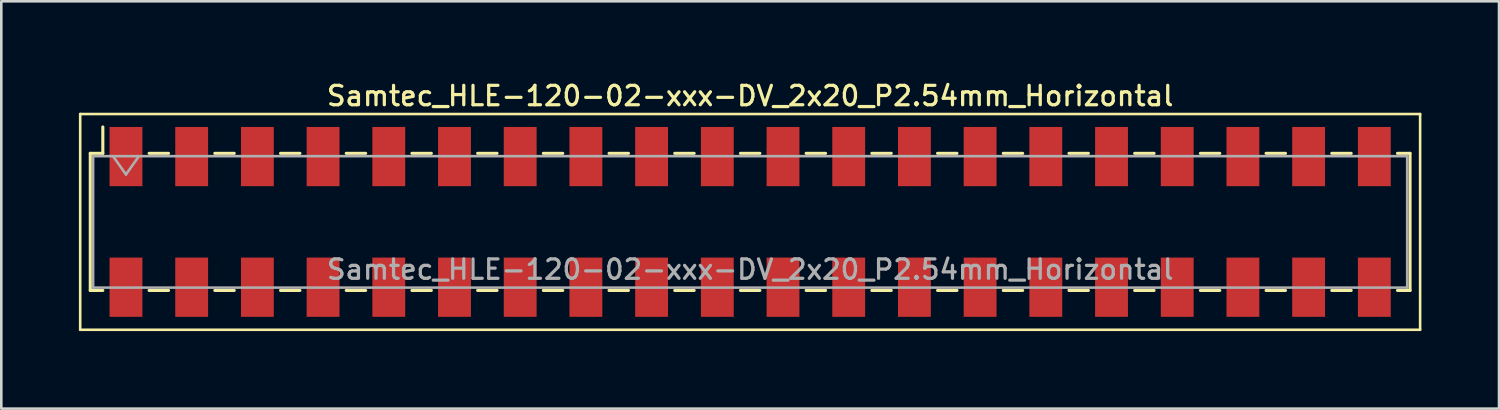
<source format=kicad_pcb>
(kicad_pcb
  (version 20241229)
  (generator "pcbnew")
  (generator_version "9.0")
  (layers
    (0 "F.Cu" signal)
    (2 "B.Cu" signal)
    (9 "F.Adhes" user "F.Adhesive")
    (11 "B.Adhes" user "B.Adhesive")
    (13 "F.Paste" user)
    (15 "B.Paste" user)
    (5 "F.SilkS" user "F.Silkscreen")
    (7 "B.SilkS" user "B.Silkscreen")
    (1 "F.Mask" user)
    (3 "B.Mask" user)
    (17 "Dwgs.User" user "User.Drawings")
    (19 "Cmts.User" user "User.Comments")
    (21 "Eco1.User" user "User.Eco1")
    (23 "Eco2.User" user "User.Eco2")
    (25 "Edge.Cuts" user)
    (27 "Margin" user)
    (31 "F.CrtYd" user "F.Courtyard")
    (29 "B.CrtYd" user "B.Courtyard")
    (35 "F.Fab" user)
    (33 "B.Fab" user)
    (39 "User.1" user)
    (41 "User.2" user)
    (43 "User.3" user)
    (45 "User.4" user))
  (footprint "Samtec_HLE-120-02-xxx-DV_2x20_P2.54mm_Horizontal"
    (layer "F.Cu")
    (at 25.95 5.528)
    (property "Reference" "Samtec_HLE-120-02-xxx-DV_2x20_P2.54mm_Horizontal" (at 0 -4.87 0) (layer "F.SilkS") (effects (font (size 0.75 0.75) (thickness 0.125))))
    (attr smd)
    (fp_line (start -25.9 -4.17) (end 25.9 -4.17) (stroke (width 0.1) (type solid)) (layer "F.SilkS"))
    (fp_line (start -25.9 4.17) (end -25.9 -4.17) (stroke (width 0.1) (type solid)) (layer "F.SilkS"))
    (fp_line (start -25.51 -2.65) (end -25.51 2.65) (stroke (width 0.12) (type solid)) (layer "F.SilkS"))
    (fp_line (start -25.51 2.65) (end -25.025 2.65) (stroke (width 0.12) (type solid)) (layer "F.SilkS"))
    (fp_line (start -25.025 -3.67) (end -25.025 -2.65) (stroke (width 0.12) (type solid)) (layer "F.SilkS"))
    (fp_line (start -25.025 -2.65) (end -25.51 -2.65) (stroke (width 0.12) (type solid)) (layer "F.SilkS"))
    (fp_line (start -23.235 -2.65) (end -22.485 -2.65) (stroke (width 0.12) (type solid)) (layer "F.SilkS"))
    (fp_line (start -23.235 2.65) (end -22.485 2.65) (stroke (width 0.12) (type solid)) (layer "F.SilkS"))
    (fp_line (start -20.695 -2.65) (end -19.945 -2.65) (stroke (width 0.12) (type solid)) (layer "F.SilkS"))
    (fp_line (start -20.695 2.65) (end -19.945 2.65) (stroke (width 0.12) (type solid)) (layer "F.SilkS"))
    (fp_line (start -18.155 -2.65) (end -17.405 -2.65) (stroke (width 0.12) (type solid)) (layer "F.SilkS"))
    (fp_line (start -18.155 2.65) (end -17.405 2.65) (stroke (width 0.12) (type solid)) (layer "F.SilkS"))
    (fp_line (start -15.615 -2.65) (end -14.865 -2.65) (stroke (width 0.12) (type solid)) (layer "F.SilkS"))
    (fp_line (start -15.615 2.65) (end -14.865 2.65) (stroke (width 0.12) (type solid)) (layer "F.SilkS"))
    (fp_line (start -13.075 -2.65) (end -12.325 -2.65) (stroke (width 0.12) (type solid)) (layer "F.SilkS"))
    (fp_line (start -13.075 2.65) (end -12.325 2.65) (stroke (width 0.12) (type solid)) (layer "F.SilkS"))
    (fp_line (start -10.535 -2.65) (end -9.785 -2.65) (stroke (width 0.12) (type solid)) (layer "F.SilkS"))
    (fp_line (start -10.535 2.65) (end -9.785 2.65) (stroke (width 0.12) (type solid)) (layer "F.SilkS"))
    (fp_line (start -7.995 -2.65) (end -7.245 -2.65) (stroke (width 0.12) (type solid)) (layer "F.SilkS"))
    (fp_line (start -7.995 2.65) (end -7.245 2.65) (stroke (width 0.12) (type solid)) (layer "F.SilkS"))
    (fp_line (start -5.455 -2.65) (end -4.705 -2.65) (stroke (width 0.12) (type solid)) (layer "F.SilkS"))
    (fp_line (start -5.455 2.65) (end -4.705 2.65) (stroke (width 0.12) (type solid)) (layer "F.SilkS"))
    (fp_line (start -2.915 -2.65) (end -2.165 -2.65) (stroke (width 0.12) (type solid)) (layer "F.SilkS"))
    (fp_line (start -2.915 2.65) (end -2.165 2.65) (stroke (width 0.12) (type solid)) (layer "F.SilkS"))
    (fp_line (start -0.375 -2.65) (end 0.375 -2.65) (stroke (width 0.12) (type solid)) (layer "F.SilkS"))
    (fp_line (start -0.375 2.65) (end 0.375 2.65) (stroke (width 0.12) (type solid)) (layer "F.SilkS"))
    (fp_line (start 2.165 -2.65) (end 2.915 -2.65) (stroke (width 0.12) (type solid)) (layer "F.SilkS"))
    (fp_line (start 2.165 2.65) (end 2.915 2.65) (stroke (width 0.12) (type solid)) (layer "F.SilkS"))
    (fp_line (start 4.705 -2.65) (end 5.455 -2.65) (stroke (width 0.12) (type solid)) (layer "F.SilkS"))
    (fp_line (start 4.705 2.65) (end 5.455 2.65) (stroke (width 0.12) (type solid)) (layer "F.SilkS"))
    (fp_line (start 7.245 -2.65) (end 7.995 -2.65) (stroke (width 0.12) (type solid)) (layer "F.SilkS"))
    (fp_line (start 7.245 2.65) (end 7.995 2.65) (stroke (width 0.12) (type solid)) (layer "F.SilkS"))
    (fp_line (start 9.785 -2.65) (end 10.535 -2.65) (stroke (width 0.12) (type solid)) (layer "F.SilkS"))
    (fp_line (start 9.785 2.65) (end 10.535 2.65) (stroke (width 0.12) (type solid)) (layer "F.SilkS"))
    (fp_line (start 12.325 -2.65) (end 13.075 -2.65) (stroke (width 0.12) (type solid)) (layer "F.SilkS"))
    (fp_line (start 12.325 2.65) (end 13.075 2.65) (stroke (width 0.12) (type solid)) (layer "F.SilkS"))
    (fp_line (start 14.865 -2.65) (end 15.615 -2.65) (stroke (width 0.12) (type solid)) (layer "F.SilkS"))
    (fp_line (start 14.865 2.65) (end 15.615 2.65) (stroke (width 0.12) (type solid)) (layer "F.SilkS"))
    (fp_line (start 17.405 -2.65) (end 18.155 -2.65) (stroke (width 0.12) (type solid)) (layer "F.SilkS"))
    (fp_line (start 17.405 2.65) (end 18.155 2.65) (stroke (width 0.12) (type solid)) (layer "F.SilkS"))
    (fp_line (start 19.945 -2.65) (end 20.695 -2.65) (stroke (width 0.12) (type solid)) (layer "F.SilkS"))
    (fp_line (start 19.945 2.65) (end 20.695 2.65) (stroke (width 0.12) (type solid)) (layer "F.SilkS"))
    (fp_line (start 22.485 -2.65) (end 23.235 -2.65) (stroke (width 0.12) (type solid)) (layer "F.SilkS"))
    (fp_line (start 22.485 2.65) (end 23.235 2.65) (stroke (width 0.12) (type solid)) (layer "F.SilkS"))
    (fp_line (start 25.025 -2.65) (end 25.51 -2.65) (stroke (width 0.12) (type solid)) (layer "F.SilkS"))
    (fp_line (start 25.51 -2.65) (end 25.51 2.65) (stroke (width 0.12) (type solid)) (layer "F.SilkS"))
    (fp_line (start 25.51 2.65) (end 25.025 2.65) (stroke (width 0.12) (type solid)) (layer "F.SilkS"))
    (fp_line (start 25.9 -4.17) (end 25.9 4.17) (stroke (width 0.1) (type solid)) (layer "F.SilkS"))
    (fp_line (start 25.9 4.17) (end -25.9 4.17) (stroke (width 0.1) (type solid)) (layer "F.SilkS"))
    (fp_line (start -25.4 -2.54) (end 25.4 -2.54) (stroke (width 0.1) (type solid)) (layer "F.Fab"))
    (fp_line (start -25.4 2.54) (end -25.4 -2.54) (stroke (width 0.1) (type solid)) (layer "F.Fab"))
    (fp_line (start -24.63 -2.54) (end -24.13 -1.833) (stroke (width 0.1) (type solid)) (layer "F.Fab"))
    (fp_line (start -24.13 -1.833) (end -23.63 -2.54) (stroke (width 0.1) (type solid)) (layer "F.Fab"))
    (fp_line (start 25.4 -2.54) (end 25.4 2.54) (stroke (width 0.1) (type solid)) (layer "F.Fab"))
    (fp_line (start 25.4 2.54) (end -25.4 2.54) (stroke (width 0.1) (type solid)) (layer "F.Fab"))
    (fp_text user "${REFERENCE}" (at 0 1.84 0) (layer "F.Fab") (effects (font (size 0.75 0.75) (thickness 0.125))))
    (pad "1" smd rect (at -24.13 -2.525) (size 1.27 2.29) (layers "F.Cu" "F.Mask" "F.Paste"))
    (pad "2" smd rect (at -24.13 2.525) (size 1.27 2.29) (layers "F.Cu" "F.Mask" "F.Paste"))
    (pad "3" smd rect (at -21.59 -2.525) (size 1.27 2.29) (layers "F.Cu" "F.Mask" "F.Paste"))
    (pad "4" smd rect (at -21.59 2.525) (size 1.27 2.29) (layers "F.Cu" "F.Mask" "F.Paste"))
    (pad "5" smd rect (at -19.05 -2.525) (size 1.27 2.29) (layers "F.Cu" "F.Mask" "F.Paste"))
    (pad "6" smd rect (at -19.05 2.525) (size 1.27 2.29) (layers "F.Cu" "F.Mask" "F.Paste"))
    (pad "7" smd rect (at -16.51 -2.525) (size 1.27 2.29) (layers "F.Cu" "F.Mask" "F.Paste"))
    (pad "8" smd rect (at -16.51 2.525) (size 1.27 2.29) (layers "F.Cu" "F.Mask" "F.Paste"))
    (pad "9" smd rect (at -13.97 -2.525) (size 1.27 2.29) (layers "F.Cu" "F.Mask" "F.Paste"))
    (pad "10" smd rect (at -13.97 2.525) (size 1.27 2.29) (layers "F.Cu" "F.Mask" "F.Paste"))
    (pad "11" smd rect (at -11.43 -2.525) (size 1.27 2.29) (layers "F.Cu" "F.Mask" "F.Paste"))
    (pad "12" smd rect (at -11.43 2.525) (size 1.27 2.29) (layers "F.Cu" "F.Mask" "F.Paste"))
    (pad "13" smd rect (at -8.89 -2.525) (size 1.27 2.29) (layers "F.Cu" "F.Mask" "F.Paste"))
    (pad "14" smd rect (at -8.89 2.525) (size 1.27 2.29) (layers "F.Cu" "F.Mask" "F.Paste"))
    (pad "15" smd rect (at -6.35 -2.525) (size 1.27 2.29) (layers "F.Cu" "F.Mask" "F.Paste"))
    (pad "16" smd rect (at -6.35 2.525) (size 1.27 2.29) (layers "F.Cu" "F.Mask" "F.Paste"))
    (pad "17" smd rect (at -3.81 -2.525) (size 1.27 2.29) (layers "F.Cu" "F.Mask" "F.Paste"))
    (pad "18" smd rect (at -3.81 2.525) (size 1.27 2.29) (layers "F.Cu" "F.Mask" "F.Paste"))
    (pad "19" smd rect (at -1.27 -2.525) (size 1.27 2.29) (layers "F.Cu" "F.Mask" "F.Paste"))
    (pad "20" smd rect (at -1.27 2.525) (size 1.27 2.29) (layers "F.Cu" "F.Mask" "F.Paste"))
    (pad "21" smd rect (at 1.27 -2.525) (size 1.27 2.29) (layers "F.Cu" "F.Mask" "F.Paste"))
    (pad "22" smd rect (at 1.27 2.525) (size 1.27 2.29) (layers "F.Cu" "F.Mask" "F.Paste"))
    (pad "23" smd rect (at 3.81 -2.525) (size 1.27 2.29) (layers "F.Cu" "F.Mask" "F.Paste"))
    (pad "24" smd rect (at 3.81 2.525) (size 1.27 2.29) (layers "F.Cu" "F.Mask" "F.Paste"))
    (pad "25" smd rect (at 6.35 -2.525) (size 1.27 2.29) (layers "F.Cu" "F.Mask" "F.Paste"))
    (pad "26" smd rect (at 6.35 2.525) (size 1.27 2.29) (layers "F.Cu" "F.Mask" "F.Paste"))
    (pad "27" smd rect (at 8.89 -2.525) (size 1.27 2.29) (layers "F.Cu" "F.Mask" "F.Paste"))
    (pad "28" smd rect (at 8.89 2.525) (size 1.27 2.29) (layers "F.Cu" "F.Mask" "F.Paste"))
    (pad "29" smd rect (at 11.43 -2.525) (size 1.27 2.29) (layers "F.Cu" "F.Mask" "F.Paste"))
    (pad "30" smd rect (at 11.43 2.525) (size 1.27 2.29) (layers "F.Cu" "F.Mask" "F.Paste"))
    (pad "31" smd rect (at 13.97 -2.525) (size 1.27 2.29) (layers "F.Cu" "F.Mask" "F.Paste"))
    (pad "32" smd rect (at 13.97 2.525) (size 1.27 2.29) (layers "F.Cu" "F.Mask" "F.Paste"))
    (pad "33" smd rect (at 16.51 -2.525) (size 1.27 2.29) (layers "F.Cu" "F.Mask" "F.Paste"))
    (pad "34" smd rect (at 16.51 2.525) (size 1.27 2.29) (layers "F.Cu" "F.Mask" "F.Paste"))
    (pad "35" smd rect (at 19.05 -2.525) (size 1.27 2.29) (layers "F.Cu" "F.Mask" "F.Paste"))
    (pad "36" smd rect (at 19.05 2.525) (size 1.27 2.29) (layers "F.Cu" "F.Mask" "F.Paste"))
    (pad "37" smd rect (at 21.59 -2.525) (size 1.27 2.29) (layers "F.Cu" "F.Mask" "F.Paste"))
    (pad "38" smd rect (at 21.59 2.525) (size 1.27 2.29) (layers "F.Cu" "F.Mask" "F.Paste"))
    (pad "39" smd rect (at 24.13 -2.525) (size 1.27 2.29) (layers "F.Cu" "F.Mask" "F.Paste"))
    (pad "40" smd rect (at 24.13 2.525) (size 1.27 2.29) (layers "F.Cu" "F.Mask" "F.Paste")))
  (gr_rect
    (start -3 -3)
    (end 54.9 12.748)
    (stroke (width 0.1) (type default))
    (fill no)
    (layer "Edge.Cuts")))
</source>
